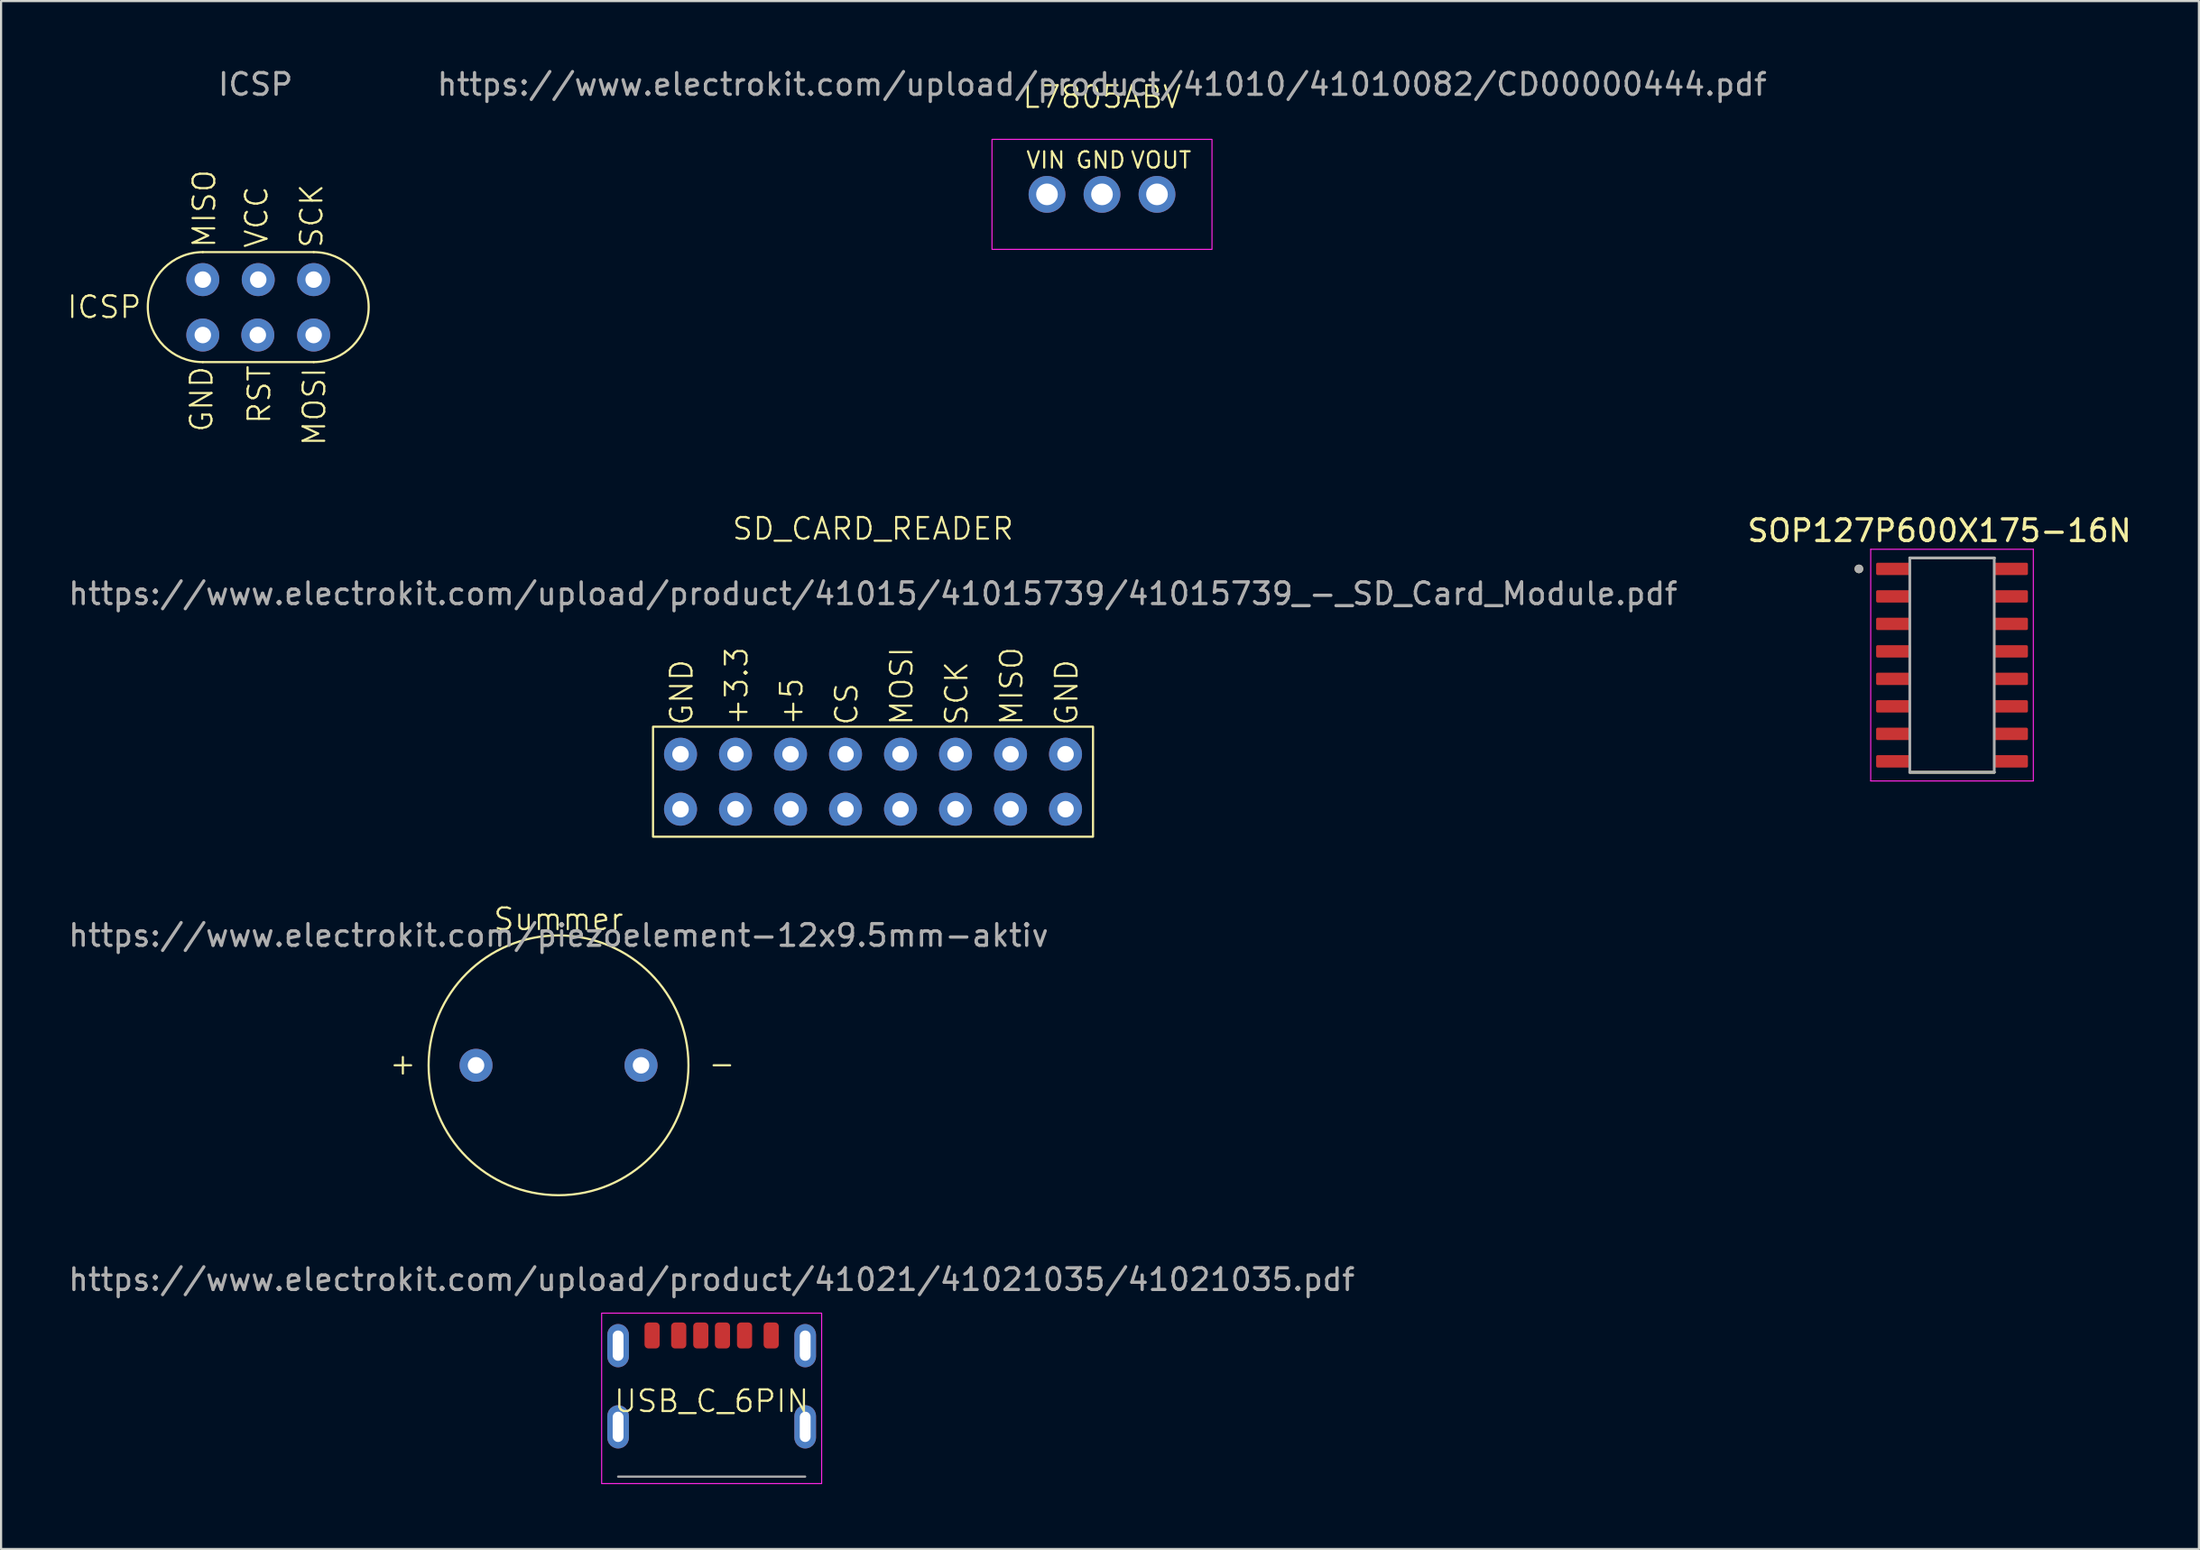
<source format=kicad_pcb>
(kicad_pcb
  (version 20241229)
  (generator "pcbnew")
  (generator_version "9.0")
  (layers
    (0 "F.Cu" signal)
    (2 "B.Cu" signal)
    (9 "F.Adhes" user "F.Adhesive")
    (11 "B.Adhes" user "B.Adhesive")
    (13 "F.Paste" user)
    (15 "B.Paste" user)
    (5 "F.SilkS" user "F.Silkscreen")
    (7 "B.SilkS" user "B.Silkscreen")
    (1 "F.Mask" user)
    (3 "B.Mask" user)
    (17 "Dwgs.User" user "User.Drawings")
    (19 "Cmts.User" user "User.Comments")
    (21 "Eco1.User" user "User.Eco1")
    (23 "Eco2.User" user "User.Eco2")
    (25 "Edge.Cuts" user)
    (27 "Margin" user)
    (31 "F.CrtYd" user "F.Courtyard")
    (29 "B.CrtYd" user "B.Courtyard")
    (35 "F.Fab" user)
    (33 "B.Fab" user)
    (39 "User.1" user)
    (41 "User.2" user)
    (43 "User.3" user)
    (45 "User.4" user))
  (footprint "SD_CARD_READER"
    (layer "F.Cu")
    (at 37.268 33.057)
    (property "Reference" "SD_CARD_READER" (at 0 -11.684 0) (unlocked yes) (layer "F.SilkS") (effects (font (size 1 1) (thickness 0.1))))
    (attr through_hole)
    (fp_rect (start -10.16 -2.54) (end 10.16 2.54) (stroke (width 0.1) (type default)) (fill no) (layer "F.SilkS"))
    (fp_text user "GND" (at 9.525 -2.54 90) (unlocked yes) (layer "F.SilkS") (effects (font (size 1 1) (thickness 0.1)) (justify left bottom)))
    (fp_text user "CS" (at -0.635 -2.54 90) (unlocked yes) (layer "F.SilkS") (effects (font (size 1 1) (thickness 0.1)) (justify left bottom)))
    (fp_text user "+3.3" (at -5.715 -2.54 90) (unlocked yes) (layer "F.SilkS") (effects (font (size 1 1) (thickness 0.1)) (justify left bottom)))
    (fp_text user "GND" (at -8.255 -2.54 90) (unlocked yes) (layer "F.SilkS") (effects (font (size 1 1) (thickness 0.1)) (justify left bottom)))
    (fp_text user "MISO" (at 6.985 -2.54 90) (unlocked yes) (layer "F.SilkS") (effects (font (size 1 1) (thickness 0.1)) (justify left bottom)))
    (fp_text user "SCK" (at 4.445 -2.54 90) (unlocked yes) (layer "F.SilkS") (effects (font (size 1 1) (thickness 0.1)) (justify left bottom)))
    (fp_text user "MOSI" (at 1.905 -2.54 90) (unlocked yes) (layer "F.SilkS") (effects (font (size 1 1) (thickness 0.1)) (justify left bottom)))
    (fp_text user "+5" (at -3.175 -2.54 90) (unlocked yes) (layer "F.SilkS") (effects (font (size 1 1) (thickness 0.1)) (justify left bottom)))
    (fp_text user "https://www.electrokit.com/upload/product/41015/41015739/41015739_-_SD_Card_Module.pdf" (at 0 -8.684 0) (unlocked yes) (layer "F.Fab") (effects (font (size 1 1) (thickness 0.15))))
    (pad "1" thru_hole circle (at -8.89 -1.27) (size 1.524 1.524) (drill 0.762) (layers "*.Cu" "*.Mask"))
    (pad "1" thru_hole circle (at -8.89 1.27) (size 1.524 1.524) (drill 0.762) (layers "*.Cu" "*.Mask"))
    (pad "1" thru_hole circle (at 8.89 -1.27) (size 1.524 1.524) (drill 0.762) (layers "*.Cu" "*.Mask"))
    (pad "1" thru_hole circle (at 8.89 1.27) (size 1.524 1.524) (drill 0.762) (layers "*.Cu" "*.Mask"))
    (pad "2" thru_hole circle (at -6.35 -1.27) (size 1.524 1.524) (drill 0.762) (layers "*.Cu" "*.Mask"))
    (pad "2" thru_hole circle (at -6.35 1.27) (size 1.524 1.524) (drill 0.762) (layers "*.Cu" "*.Mask"))
    (pad "3" thru_hole circle (at -3.81 -1.27) (size 1.524 1.524) (drill 0.762) (layers "*.Cu" "*.Mask"))
    (pad "3" thru_hole circle (at -3.81 1.27) (size 1.524 1.524) (drill 0.762) (layers "*.Cu" "*.Mask"))
    (pad "4" thru_hole circle (at -1.27 -1.27) (size 1.524 1.524) (drill 0.762) (layers "*.Cu" "*.Mask"))
    (pad "4" thru_hole circle (at -1.27 1.27) (size 1.524 1.524) (drill 0.762) (layers "*.Cu" "*.Mask"))
    (pad "5" thru_hole circle (at 1.27 -1.27) (size 1.524 1.524) (drill 0.762) (layers "*.Cu" "*.Mask"))
    (pad "5" thru_hole circle (at 1.27 1.27) (size 1.524 1.524) (drill 0.762) (layers "*.Cu" "*.Mask"))
    (pad "6" thru_hole circle (at 3.81 -1.27) (size 1.524 1.524) (drill 0.762) (layers "*.Cu" "*.Mask"))
    (pad "6" thru_hole circle (at 3.81 1.27) (size 1.524 1.524) (drill 0.762) (layers "*.Cu" "*.Mask"))
    (pad "7" thru_hole circle (at 6.35 -1.27) (size 1.524 1.524) (drill 0.762) (layers "*.Cu" "*.Mask"))
    (pad "7" thru_hole circle (at 6.35 1.27) (size 1.524 1.524) (drill 0.762) (layers "*.Cu" "*.Mask")))
  (footprint "L7805ABV"
    (layer "F.Cu")
    (at 47.842 5.928)
    (property "Reference" "L7805ABV" (at 0 -4.5 0) (unlocked yes) (layer "F.SilkS") (effects (font (size 1 1) (thickness 0.1))))
    (attr through_hole)
    (fp_rect (start -5.08 -2.54) (end 5.08 2.54) (stroke (width 0.05) (type default)) (fill no) (layer "F.CrtYd"))
    (fp_text user "VOUT" (at 1.27 -1.143 0) (unlocked yes) (layer "F.SilkS") (effects (font (size 0.75 0.75) (thickness 0.1)) (justify left bottom)))
    (fp_text user "GND" (at -1.27 -1.143 0) (unlocked yes) (layer "F.SilkS") (effects (font (size 0.75 0.75) (thickness 0.1)) (justify left bottom)))
    (fp_text user "VIN" (at -3.556 -1.143 0) (unlocked yes) (layer "F.SilkS") (effects (font (size 0.75 0.75) (thickness 0.1)) (justify left bottom)))
    (fp_text user "https://www.electrokit.com/upload/product/41010/41010082/CD00000444.pdf" (at 0 -5.08 0) (unlocked yes) (layer "F.Fab") (effects (font (size 1 1) (thickness 0.15))))
    (pad "1" thru_hole circle (at -2.54 0) (size 1.7 1.7) (drill 1) (layers "*.Cu" "*.Mask"))
    (pad "2" thru_hole circle (at 0 0) (size 1.7 1.7) (drill 1) (layers "*.Cu" "*.Mask"))
    (pad "3" thru_hole circle (at 2.54 0) (size 1.7 1.7) (drill 1) (layers "*.Cu" "*.Mask")))
  (footprint "Summer"
    (layer "F.Cu")
    (at 22.744 46.157)
    (property "Reference" "Summer" (at 0 -6.75 0) (unlocked yes) (layer "F.SilkS") (effects (font (size 1 1) (thickness 0.1))))
    (attr through_hole)
    (fp_circle (center 0 0) (end 6 0) (stroke (width 0.1) (type default)) (fill no) (layer "F.SilkS"))
    (fp_text user "+" (at -7.874 0.508 0) (unlocked yes) (layer "F.SilkS") (effects (font (size 1 1) (thickness 0.1)) (justify left bottom)))
    (fp_text user "-" (at 6.858 0.508 0) (unlocked yes) (layer "F.SilkS") (effects (font (size 1 1) (thickness 0.1)) (justify left bottom)))
    (fp_text user "https://www.electrokit.com/piezoelement-12x9.5mm-aktiv" (at 0 -6 0) (unlocked yes) (layer "F.Fab") (effects (font (size 1 1) (thickness 0.15))))
    (pad "1" thru_hole circle (at -3.81 0) (size 1.524 1.524) (drill 0.762) (layers "*.Cu" "*.Mask"))
    (pad "2" thru_hole circle (at 3.81 0) (size 1.524 1.524) (drill 0.762) (layers "*.Cu" "*.Mask")))
  (footprint "SOP127P600X175-16N"
    (layer "F.Cu")
    (at 87.098 27.672)
    (property "Reference" "SOP127P600X175-16N" (at -0.58 -6.212 0) (layer "F.SilkS") (effects (font (size 1 1) (thickness 0.15))))
    (attr smd)
    (fp_line (start -1.95 -4.95) (end 1.95 -4.95) (stroke (width 0.127) (type solid)) (layer "F.SilkS"))
    (fp_line (start -1.95 4.95) (end 1.95 4.95) (stroke (width 0.127) (type solid)) (layer "F.SilkS"))
    (fp_circle (center -4.3 -4.445) (end -4.2 -4.445) (stroke (width 0.2) (type solid)) (fill no) (layer "F.SilkS"))
    (fp_line (start -3.755 -5.35) (end -3.755 5.35) (stroke (width 0.05) (type solid)) (layer "F.CrtYd"))
    (fp_line (start -3.755 -5.35) (end 3.755 -5.35) (stroke (width 0.05) (type solid)) (layer "F.CrtYd"))
    (fp_line (start -3.755 5.35) (end 3.755 5.35) (stroke (width 0.05) (type solid)) (layer "F.CrtYd"))
    (fp_line (start 3.755 -5.35) (end 3.755 5.35) (stroke (width 0.05) (type solid)) (layer "F.CrtYd"))
    (fp_line (start -1.95 -4.95) (end -1.95 4.95) (stroke (width 0.127) (type solid)) (layer "F.Fab"))
    (fp_line (start -1.95 -4.95) (end 1.95 -4.95) (stroke (width 0.127) (type solid)) (layer "F.Fab"))
    (fp_line (start -1.95 4.95) (end 1.95 4.95) (stroke (width 0.127) (type solid)) (layer "F.Fab"))
    (fp_line (start 1.95 -4.95) (end 1.95 4.95) (stroke (width 0.127) (type solid)) (layer "F.Fab"))
    (fp_circle (center -4.3 -4.445) (end -4.2 -4.445) (stroke (width 0.2) (type solid)) (fill no) (layer "F.Fab"))
    (pad "1" smd roundrect (at -2.71 -4.445) (size 1.59 0.57) (layers "F.Cu" "F.Mask" "F.Paste") (roundrect_rratio 0.125))
    (pad "2" smd roundrect (at -2.71 -3.175) (size 1.59 0.57) (layers "F.Cu" "F.Mask" "F.Paste") (roundrect_rratio 0.125))
    (pad "3" smd roundrect (at -2.71 -1.905) (size 1.59 0.57) (layers "F.Cu" "F.Mask" "F.Paste") (roundrect_rratio 0.125))
    (pad "4" smd roundrect (at -2.71 -0.635) (size 1.59 0.57) (layers "F.Cu" "F.Mask" "F.Paste") (roundrect_rratio 0.125))
    (pad "5" smd roundrect (at -2.71 0.635) (size 1.59 0.57) (layers "F.Cu" "F.Mask" "F.Paste") (roundrect_rratio 0.125))
    (pad "6" smd roundrect (at -2.71 1.905) (size 1.59 0.57) (layers "F.Cu" "F.Mask" "F.Paste") (roundrect_rratio 0.125))
    (pad "7" smd roundrect (at -2.71 3.175) (size 1.59 0.57) (layers "F.Cu" "F.Mask" "F.Paste") (roundrect_rratio 0.125))
    (pad "8" smd roundrect (at -2.71 4.445) (size 1.59 0.57) (layers "F.Cu" "F.Mask" "F.Paste") (roundrect_rratio 0.125))
    (pad "9" smd roundrect (at 2.71 4.445) (size 1.59 0.57) (layers "F.Cu" "F.Mask" "F.Paste") (roundrect_rratio 0.125))
    (pad "10" smd roundrect (at 2.71 3.175) (size 1.59 0.57) (layers "F.Cu" "F.Mask" "F.Paste") (roundrect_rratio 0.125))
    (pad "11" smd roundrect (at 2.71 1.905) (size 1.59 0.57) (layers "F.Cu" "F.Mask" "F.Paste") (roundrect_rratio 0.125))
    (pad "12" smd roundrect (at 2.71 0.635) (size 1.59 0.57) (layers "F.Cu" "F.Mask" "F.Paste") (roundrect_rratio 0.125))
    (pad "13" smd roundrect (at 2.71 -0.635) (size 1.59 0.57) (layers "F.Cu" "F.Mask" "F.Paste") (roundrect_rratio 0.125))
    (pad "14" smd roundrect (at 2.71 -1.905) (size 1.59 0.57) (layers "F.Cu" "F.Mask" "F.Paste") (roundrect_rratio 0.125))
    (pad "15" smd roundrect (at 2.71 -3.175) (size 1.59 0.57) (layers "F.Cu" "F.Mask" "F.Paste") (roundrect_rratio 0.125))
    (pad "16" smd roundrect (at 2.71 -4.445) (size 1.59 0.57) (layers "F.Cu" "F.Mask" "F.Paste") (roundrect_rratio 0.125)))
  (footprint "USB_C_6PIN"
    (layer "F.Cu")
    (at 29.815 59.636)
    (property "Reference" "USB_C_6PIN" (at 0 2.032 0) (unlocked yes) (layer "F.SilkS") (effects (font (size 1 1) (thickness 0.1))))
    (attr smd)
    (fp_rect (start -5.08 -2.032) (end 5.08 5.842) (stroke (width 0.05) (type default)) (fill no) (layer "F.CrtYd"))
    (fp_line (start 4.32 5.52) (end -4.32 5.52) (stroke (width 0.1) (type default)) (layer "F.Fab"))
    (fp_text user "https://www.electrokit.com/upload/product/41021/41021035/41021035.pdf" (at 0 -3.58 0) (unlocked yes) (layer "F.Fab") (effects (font (size 1 1) (thickness 0.15))))
    (pad "1" thru_hole roundrect (at -4.32 -0.53) (size 1 2) (drill oval 0.5 1.4) (layers "*.Cu" "*.Mask") (roundrect_rratio 0.5))
    (pad "1" thru_hole roundrect (at -4.32 3.22) (size 1 2) (drill oval 0.5 1.4) (layers "*.Cu" "*.Mask") (roundrect_rratio 0.5))
    (pad "1" smd roundrect (at -2.75 -1 180) (size 0.7 1.2) (layers "F.Cu" "F.Mask" "F.Paste") (roundrect_rratio 0.25))
    (pad "2" smd roundrect (at -1.52 -1 180) (size 0.7 1.2) (layers "F.Cu" "F.Mask" "F.Paste") (roundrect_rratio 0.25))
    (pad "3" smd roundrect (at -0.5 -1 180) (size 0.7 1.2) (layers "F.Cu" "F.Mask" "F.Paste") (roundrect_rratio 0.25))
    (pad "4" smd roundrect (at 0.5 -1 180) (size 0.7 1.2) (layers "F.Cu" "F.Mask" "F.Paste") (roundrect_rratio 0.25))
    (pad "5" smd roundrect (at 1.52 -1 180) (size 0.7 1.2) (layers "F.Cu" "F.Mask" "F.Paste") (roundrect_rratio 0.25))
    (pad "6" smd roundrect (at 2.75 -1 180) (size 0.7 1.2) (layers "F.Cu" "F.Mask" "F.Paste") (roundrect_rratio 0.25))
    (pad "6" thru_hole roundrect (at 4.32 -0.53) (size 1 2) (drill oval 0.5 1.4) (layers "*.Cu" "*.Mask") (roundrect_rratio 0.5))
    (pad "6" thru_hole roundrect (at 4.32 3.22) (size 1 2) (drill oval 0.5 1.4) (layers "*.Cu" "*.Mask") (roundrect_rratio 0.5)))
  (footprint "ICSP"
    (layer "F.Cu")
    (at 8.876 11.135)
    (property "Reference" "ICSP" (at -7.112 0 0) (unlocked yes) (layer "F.SilkS") (effects (font (size 1 1) (thickness 0.1))))
    (attr through_hole)
    (fp_line (start -2.56 2.54) (end 2.56 2.54) (stroke (width 0.1) (type default)) (layer "F.SilkS"))
    (fp_line (start 2.56 -2.54) (end -2.56 -2.54) (stroke (width 0.1) (type default)) (layer "F.SilkS"))
    (fp_arc (start -2.56 2.54) (mid -5.1 0) (end -2.56 -2.54) (stroke (width 0.1) (type default)) (layer "F.SilkS"))
    (fp_arc (start 2.56 -2.54) (mid 5.1 0) (end 2.56 2.54) (stroke (width 0.1) (type default)) (layer "F.SilkS"))
    (fp_text user "RST" (at 0.635 5.461 90) (unlocked yes) (layer "F.SilkS") (effects (font (size 1 1) (thickness 0.1)) (justify left bottom)))
    (fp_text user "SCK" (at 3.048 -2.667 90) (unlocked yes) (layer "F.SilkS") (effects (font (size 1 1) (thickness 0.1)) (justify left bottom)))
    (fp_text user "MOSI" (at 3.175 6.477 90) (unlocked yes) (layer "F.SilkS") (effects (font (size 1 1) (thickness 0.1)) (justify left bottom)))
    (fp_text user "VCC" (at 0.508 -2.667 90) (unlocked yes) (layer "F.SilkS") (effects (font (size 1 1) (thickness 0.1)) (justify left bottom)))
    (fp_text user "GND" (at -2.032 5.842 90) (unlocked yes) (layer "F.SilkS") (effects (font (size 1 1) (thickness 0.1)) (justify left bottom)))
    (fp_text user "MISO" (at -1.905 -2.667 90) (unlocked yes) (layer "F.SilkS") (effects (font (size 1 1) (thickness 0.1)) (justify left bottom)))
    (fp_text user "${REFERENCE}" (at -0.127 -10.287 0) (unlocked yes) (layer "F.Fab") (effects (font (size 1 1) (thickness 0.15))))
    (pad "1" thru_hole circle (at -2.56 -1.27) (size 1.524 1.524) (drill 0.762) (layers "*.Cu" "*.Mask"))
    (pad "2" thru_hole circle (at 0 -1.27) (size 1.524 1.524) (drill 0.762) (layers "*.Cu" "*.Mask"))
    (pad "3" thru_hole circle (at 2.56 -1.27) (size 1.524 1.524) (drill 0.762) (layers "*.Cu" "*.Mask"))
    (pad "4" thru_hole circle (at 2.56 1.29) (size 1.524 1.524) (drill 0.762) (layers "*.Cu" "*.Mask"))
    (pad "5" thru_hole circle (at -0.02 1.29) (size 1.524 1.524) (drill 0.762) (layers "*.Cu" "*.Mask"))
    (pad "6" thru_hole circle (at -2.56 1.29) (size 1.524 1.524) (drill 0.762) (layers "*.Cu" "*.Mask")))
  (gr_rect
    (start -3 -3)
    (end 98.5 68.502)
    (stroke (width 0.1) (type default))
    (fill no)
    (layer "Edge.Cuts")))
</source>
